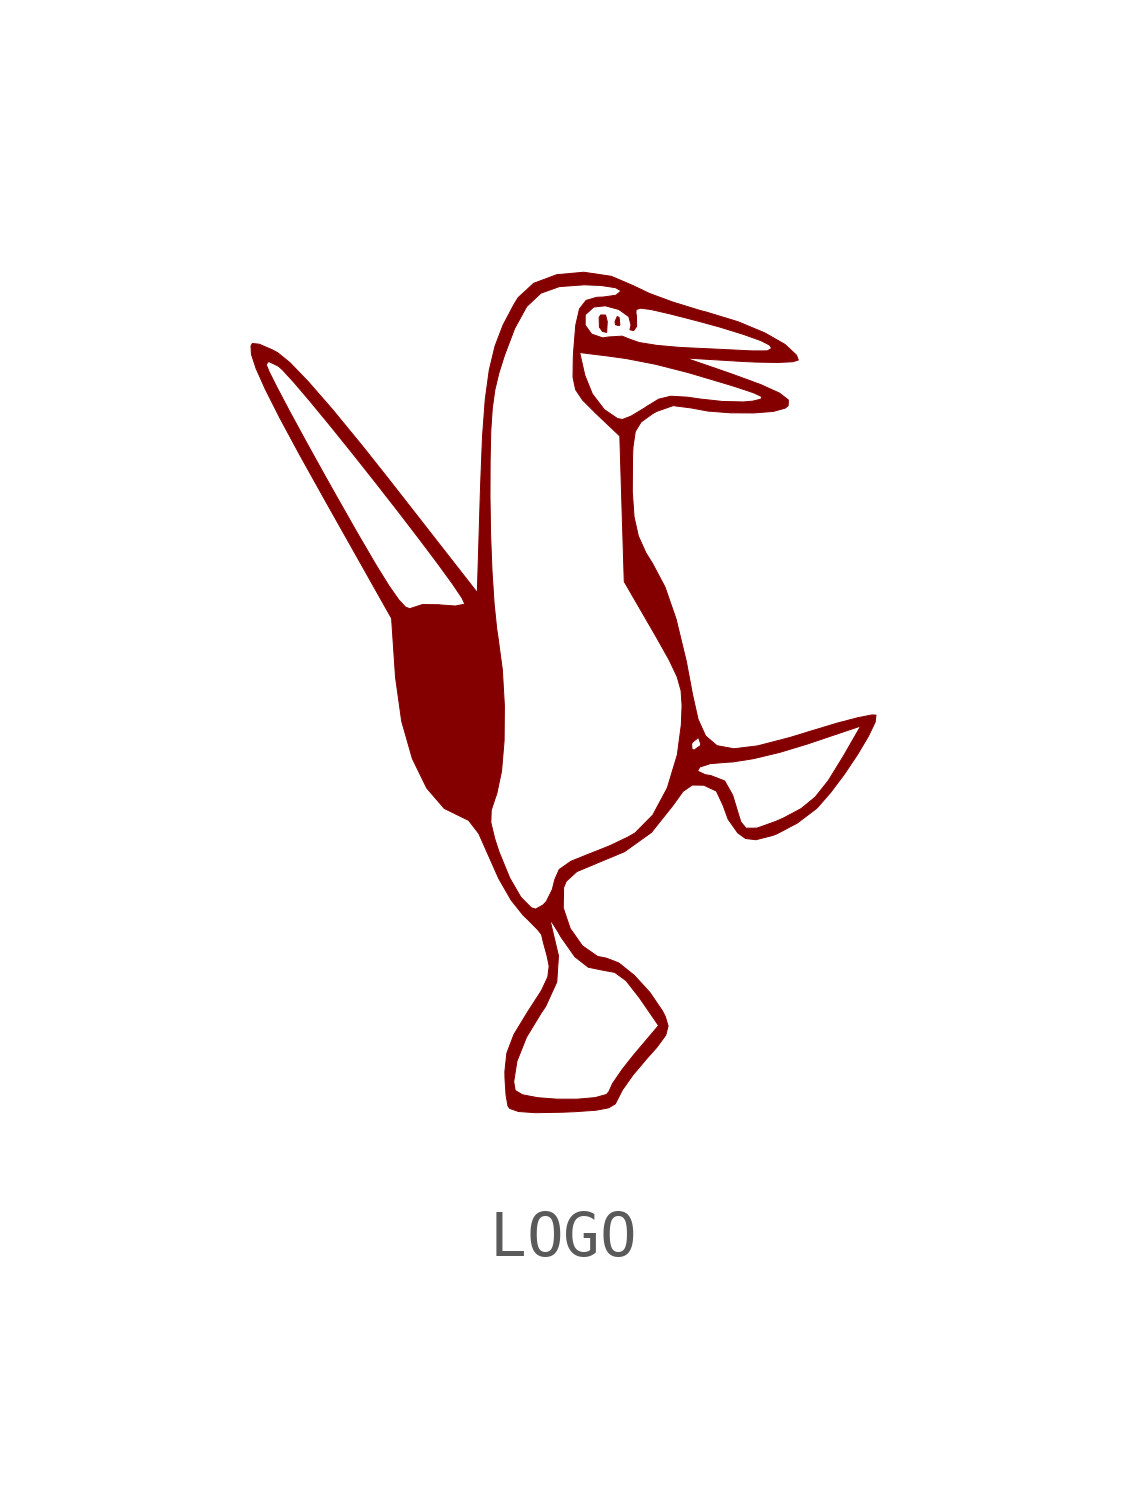
<source format=kicad_sym>
(kicad_symbol_lib
  (version 20210619)
  (generator bitmap2component)
  (symbol "LOGO"
    (pin_names
      (offset 1.016))
    (property "Reference" "#G"
      (at 0 8.307 0)
      (effects (font (size 1.27 1.27)) hide))
    (symbol "LOGO_0_0"
      (polyline (pts (xy -0.07 -8.965) (xy 0.187 -8.954) (xy 0.635 -8.923) (xy 0.901 -8.872) (xy 1.042 -8.788) (xy 1.111 -8.654) (xy 1.193 -8.492) (xy 1.419 -8.173) (xy 1.719 -7.818) (xy 1.921 -7.592) (xy 2.11 -7.334) (xy 2.16 -7.142) (xy 2.103 -6.946) (xy 2.043 -6.826) (xy 1.774 -6.429) (xy 1.443 -6.067) (xy 1.114 -5.804) (xy 0.849 -5.702) (xy 0.667 -5.667) (xy 0.345 -5.443) (xy 0.087 -5.075) (xy -0.06 -4.639) (xy -0.052 -4.209) (xy 0.004 -4.074) (xy 0.227 -3.871) (xy 0.653 -3.692) (xy 1.235 -3.45) (xy 1.807 -3.041) (xy 2.268 -2.462) (xy 2.475 -2.173) (xy 2.671 -2.038) (xy 2.914 -2.041) (xy 3.183 -2.166) (xy 3.326 -2.472) (xy 3.431 -2.762) (xy 3.635 -3.051) (xy 3.801 -3.17) (xy 4.019 -3.196) (xy 4.366 -3.108) (xy 4.464 -3.071) (xy 4.898 -2.841) (xy 5.29 -2.544) (xy 5.335 -2.501) (xy 5.604 -2.192) (xy 5.896 -1.802) (xy 6.175 -1.385) (xy 6.403 -1.001) (xy 6.544 -0.706) (xy 6.562 -0.557) (xy 6.475 -0.554) (xy 6.183 -0.611) (xy 5.74 -0.727) (xy 5.202 -0.889) (xy 4.744 -1.03) (xy 4.054 -1.209) (xy 3.549 -1.27) (xy 3.194 -1.204) (xy 2.954 -0.999) (xy 2.794 -0.644) (xy 2.679 -0.13) (xy 2.545 0.584) (xy 2.33 1.474) (xy 2.095 2.153) (xy 1.832 2.65) (xy 1.69 2.878) (xy 1.53 3.233) (xy 1.439 3.642) (xy 1.402 4.173) (xy 1.407 4.894) (xy 1.417 5.123) (xy 1.465 5.446) (xy 1.588 5.648) (xy 1.827 5.821) (xy 1.916 5.872) (xy 2.267 5.995) (xy 2.637 5.948) (xy 2.997 5.881) (xy 3.478 5.843) (xy 3.972 5.84) (xy 4.389 5.873) (xy 4.639 5.942) (xy 4.702 5.995) (xy 4.706 6.115) (xy 4.52 6.259) (xy 4.123 6.439) (xy 3.494 6.67) (xy 2.527 7.004) (xy 3.726 6.931) (xy 4.018 6.917) (xy 4.482 6.909) (xy 4.801 6.924) (xy 4.917 6.961) (xy 4.877 7.065) (xy 4.633 7.292) (xy 4.207 7.535) (xy 3.649 7.768) (xy 3.006 7.965) (xy 2.831 8.012) (xy 2.262 8.187) (xy 1.763 8.371) (xy 1.425 8.533) (xy 0.958 8.733) (xy 0.377 8.819) (xy -0.195 8.768) (xy -0.684 8.586) (xy -1.015 8.281) (xy -1.107 8.13) (xy -1.334 7.7) (xy -1.504 7.256) (xy -1.626 6.749) (xy -1.711 6.128) (xy -1.769 5.346) (xy -1.808 4.354) (xy -1.817 4.082) (xy -1.611 4.082) (xy -1.608 4.833) (xy -1.594 5.462) (xy -1.562 5.941) (xy -1.508 6.328) (xy -1.424 6.68) (xy -1.306 7.055) (xy -1.088 7.631) (xy -0.833 8.094) (xy -0.533 8.376) (xy -0.143 8.515) (xy 0.383 8.553) (xy 0.739 8.539) (xy 1.048 8.492) (xy 1.166 8.424) (xy 1.055 8.332) (xy 0.785 8.294) (xy 0.651 8.289) (xy 0.424 8.223) (xy 0.284 8.043) (xy 0.205 7.7) (xy 0.404 7.7) (xy 0.405 7.918) (xy 0.584 8.082) (xy 0.829 8.109) (xy 1.117 8.031) (xy 1.329 7.88) (xy 1.375 7.702) (xy 1.353 7.6) (xy 1.432 7.585) (xy 1.494 7.672) (xy 1.49 7.907) (xy 1.479 7.944) (xy 1.483 8.028) (xy 1.575 8.058) (xy 1.796 8.03) (xy 2.186 7.941) (xy 2.785 7.787) (xy 3.242 7.662) (xy 3.751 7.505) (xy 4.126 7.371) (xy 4.308 7.278) (xy 4.354 7.208) (xy 4.262 7.154) (xy 3.946 7.153) (xy 3.562 7.172) (xy 3.028 7.198) (xy 2.468 7.224) (xy 2.41 7.227) (xy 1.925 7.27) (xy 1.542 7.332) (xy 1.34 7.404) (xy 1.187 7.466) (xy 0.897 7.448) (xy 0.776 7.429) (xy 0.541 7.509) (xy 0.404 7.7) (xy 0.205 7.7) (xy 0.205 7.7) (xy 0.16 7.146) (xy 0.159 7.119) (xy 0.288 7.119) (xy 0.889 7.045) (xy 1.277 6.991) (xy 1.889 6.872) (xy 2.581 6.696) (xy 3.434 6.442) (xy 3.589 6.394) (xy 3.973 6.266) (xy 4.143 6.186) (xy 4.127 6.133) (xy 3.953 6.09) (xy 3.755 6.073) (xy 3.313 6.083) (xy 2.829 6.136) (xy 2.57 6.174) (xy 2.218 6.194) (xy 1.964 6.133) (xy 1.707 5.977) (xy 1.657 5.942) (xy 1.375 5.772) (xy 1.193 5.702) (xy 1.089 5.721) (xy 0.809 5.911) (xy 0.556 6.242) (xy 0.397 6.637) (xy 0.288 7.119) (xy 0.159 7.119) (xy 0.152 6.991) (xy 0.147 6.594) (xy 0.202 6.333) (xy 0.351 6.112) (xy 0.627 5.836) (xy 1.138 5.351) (xy 1.232 2.268) (xy 1.861 1.181) (xy 1.912 1.093) (xy 2.185 0.606) (xy 2.352 0.254) (xy 2.435 -0.04) (xy 2.456 -0.354) (xy 2.44 -0.763) (xy 2.386 -1.166) (xy 2.657 -1.166) (xy 2.683 -1.127) (xy 2.794 -1.037) (xy 2.807 -1.04) (xy 2.851 -1.166) (xy 2.846 -1.202) (xy 2.714 -1.296) (xy 2.667 -1.286) (xy 2.657 -1.166) (xy 2.386 -1.166) (xy 2.356 -1.396) (xy 2.251 -1.743) (xy 2.783 -1.743) (xy 2.83 -1.657) (xy 3.053 -1.585) (xy 3.417 -1.555) (xy 3.53 -1.549) (xy 3.97 -1.479) (xy 4.526 -1.346) (xy 5.104 -1.171) (xy 6.239 -0.788) (xy 5.888 -1.398) (xy 5.871 -1.427) (xy 5.552 -1.945) (xy 5.275 -2.293) (xy 4.978 -2.536) (xy 4.601 -2.737) (xy 4.438 -2.809) (xy 4.042 -2.95) (xy 3.809 -2.952) (xy 3.7 -2.819) (xy 3.631 -2.596) (xy 3.532 -2.268) (xy 3.526 -2.251) (xy 3.358 -1.952) (xy 3.066 -1.838) (xy 2.945 -1.818) (xy 2.783 -1.743) (xy 2.251 -1.743) (xy 2.144 -2.099) (xy 1.837 -2.672) (xy 1.462 -3.052) (xy 1.315 -3.137) (xy 0.914 -3.328) (xy 0.464 -3.506) (xy 0.103 -3.652) (xy -0.145 -3.826) (xy -0.239 -4.039) (xy -0.291 -4.249) (xy -0.417 -4.503) (xy -0.489 -4.578) (xy -0.644 -4.665) (xy -0.737 -4.636) (xy -0.958 -4.412) (xy -1.194 -4.004) (xy -1.418 -3.457) (xy -1.51 -3.175) (xy -1.593 -2.831) (xy -1.585 -2.571) (xy -1.495 -2.299) (xy -1.468 -2.226) (xy -1.366 -1.744) (xy -1.312 -1.097) (xy -1.306 -0.358) (xy -1.349 0.4) (xy -1.443 1.101) (xy -1.468 1.264) (xy -1.524 1.807) (xy -1.569 2.506) (xy -1.599 3.289) (xy -1.611 4.082) (xy -1.817 4.082) (xy -1.879 2.035) (xy -3.758 4.441) (xy -4.312 5.14) (xy -4.937 5.902) (xy -5.453 6.495) (xy -5.846 6.904) (xy -6.104 7.114) (xy -6.219 7.176) (xy -6.497 7.296) (xy -6.643 7.31) (xy -6.671 7.259) (xy -6.662 7.082) (xy -6.591 6.867) (xy -6.35 6.867) (xy -6.298 6.931) (xy -6.09 6.83) (xy -5.998 6.747) (xy -5.755 6.481) (xy -5.411 6.077) (xy -4.992 5.568) (xy -4.525 4.988) (xy -4.037 4.372) (xy -3.554 3.753) (xy -3.103 3.165) (xy -2.71 2.642) (xy -2.402 2.218) (xy -2.205 1.926) (xy -2.147 1.801) (xy -2.157 1.79) (xy -2.343 1.752) (xy -2.658 1.775) (xy -2.693 1.78) (xy -3.042 1.783) (xy -3.279 1.706) (xy -3.3 1.694) (xy -3.395 1.726) (xy -3.539 1.879) (xy -3.748 2.176) (xy -4.034 2.638) (xy -4.413 3.287) (xy -4.899 4.143) (xy -5.122 4.54) (xy -5.516 5.252) (xy -5.854 5.875) (xy -6.117 6.374) (xy -6.289 6.716) (xy -6.35 6.867) (xy -6.591 6.867) (xy -6.564 6.783) (xy -6.367 6.342) (xy -6.063 5.74) (xy -5.641 4.957) (xy -5.093 3.974) (xy -3.694 1.49) (xy -3.616 0.324) (xy -3.609 0.231) (xy -3.48 -0.689) (xy -3.255 -1.477) (xy -2.95 -2.103) (xy -2.579 -2.534) (xy -2.157 -2.741) (xy -2.064 -2.785) (xy -1.847 -3.067) (xy -1.608 -3.607) (xy -1.427 -4.015) (xy -1.163 -4.474) (xy -0.909 -4.793) (xy -0.817 -4.88) (xy -0.604 -5.096) (xy -0.518 -5.204) (xy -0.518 -5.207) (xy -0.482 -5.365) (xy -0.402 -5.656) (xy -0.358 -5.873) (xy -0.387 -6.104) (xy -0.522 -6.391) (xy -0.791 -6.807) (xy -0.811 -6.837) (xy -1.104 -7.32) (xy -1.254 -7.713) (xy -1.296 -8.106) (xy -1.294 -8.233) (xy -1.289 -8.318) (xy -1.109 -8.318) (xy -1.041 -7.886) (xy -0.838 -7.376) (xy -0.526 -6.862) (xy -0.434 -6.728) (xy -0.197 -6.208) (xy -0.161 -5.653) (xy -0.318 -4.989) (xy -0.331 -4.944) (xy -0.305 -4.932) (xy -0.186 -5.119) (xy -0.109 -5.253) (xy 0.187 -5.674) (xy 0.471 -5.896) (xy 0.791 -5.961) (xy 1.029 -6.004) (xy 1.272 -6.181) (xy 1.556 -6.545) (xy 1.958 -7.13) (xy 1.432 -7.752) (xy 1.19 -8.058) (xy 0.986 -8.355) (xy 0.907 -8.529) (xy 0.856 -8.59) (xy 0.613 -8.656) (xy 0.238 -8.689) (xy -0.194 -8.689) (xy -0.608 -8.657) (xy -0.927 -8.595) (xy -1.078 -8.504) (xy -1.109 -8.318) (xy -1.289 -8.318) (xy -1.271 -8.602) (xy -1.23 -8.834) (xy -1.191 -8.886) (xy -1.007 -8.95) (xy -0.647 -8.975) (xy -0.07 -8.965)) (stroke (width 0.01)) (fill (type outline)))
      (polyline (pts (xy 0.872 7.774) (xy 0.836 7.913) (xy 0.735 7.915) (xy 0.7 7.864) (xy 0.706 7.657) (xy 0.771 7.565) (xy 0.859 7.546) (xy 0.872 7.774)) (stroke (width 0.01)) (fill (type outline)))
      (polyline (pts (xy 1.139 7.708) (xy 1.123 7.862) (xy 1.084 7.882) (xy 1.037 7.776) (xy 1.046 7.707) (xy 1.123 7.689) (xy 1.139 7.708)) (stroke (width 0.01)) (fill (type outline))))))
</source>
